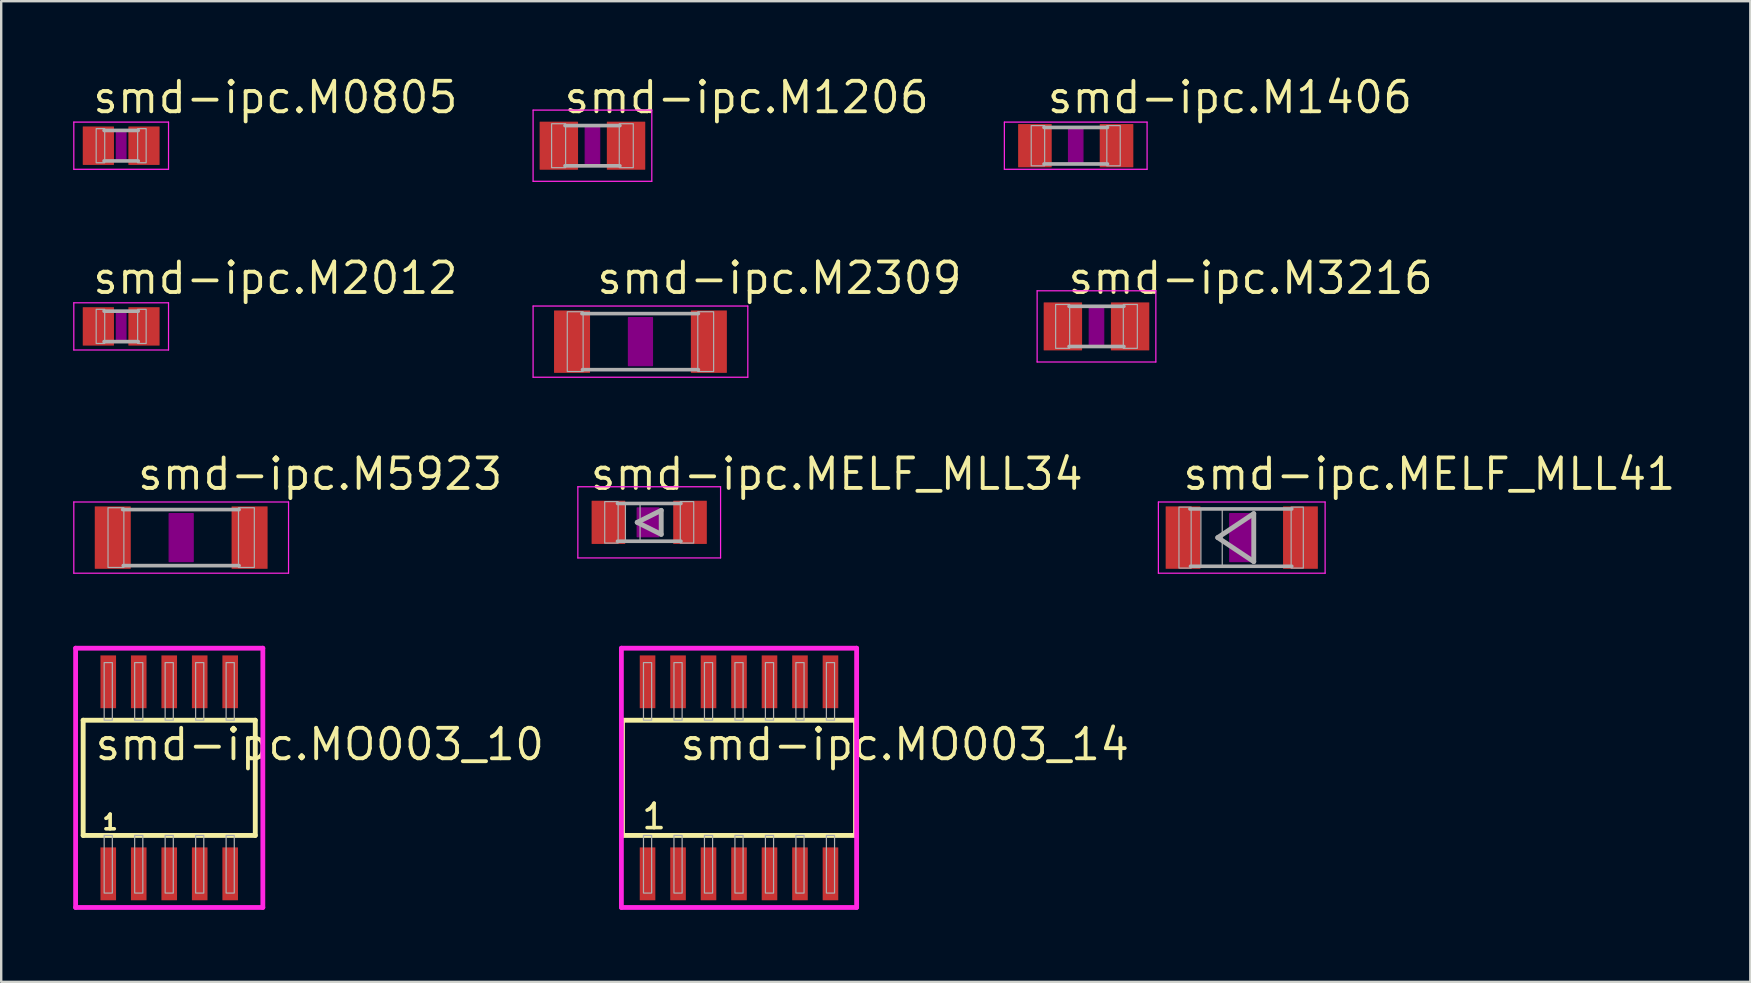
<source format=kicad_pcb>
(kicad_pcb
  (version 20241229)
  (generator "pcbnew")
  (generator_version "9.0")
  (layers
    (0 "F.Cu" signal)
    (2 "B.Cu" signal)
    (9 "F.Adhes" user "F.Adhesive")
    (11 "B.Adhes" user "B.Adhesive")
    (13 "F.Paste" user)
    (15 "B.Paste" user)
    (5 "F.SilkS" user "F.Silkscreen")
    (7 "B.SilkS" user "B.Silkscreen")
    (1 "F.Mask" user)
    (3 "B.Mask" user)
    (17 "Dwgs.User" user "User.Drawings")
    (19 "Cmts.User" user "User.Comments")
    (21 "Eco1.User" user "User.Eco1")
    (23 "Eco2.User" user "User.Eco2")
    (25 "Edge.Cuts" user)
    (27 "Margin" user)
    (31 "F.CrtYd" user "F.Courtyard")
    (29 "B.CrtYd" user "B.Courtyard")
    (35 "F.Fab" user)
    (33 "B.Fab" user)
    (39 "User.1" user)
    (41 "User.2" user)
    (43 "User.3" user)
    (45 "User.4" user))
  (footprint "smd-ipc.M0805"
    (layer "F.Cu")
    (at 1.998 3.02)
    (property "Reference" "smd-ipc.M0805" (at -1.27 -1.27 0) (layer "F.SilkS") (effects (font (size 1.27 1.27) (thickness 0.16)) (justify left bottom)))
    (attr smd)
    (fp_rect (start -0.2 0.6) (end 0.2 -0.6) (stroke (width 0.05) (type default)) (fill yes) (layer "F.Adhes"))
    (fp_line (start -1.973 -0.983) (end 1.973 -0.983) (stroke (width 0.051) (type default)) (layer "F.CrtYd"))
    (fp_line (start -1.973 0.983) (end -1.973 -0.983) (stroke (width 0.051) (type default)) (layer "F.CrtYd"))
    (fp_line (start 1.973 -0.983) (end 1.973 0.983) (stroke (width 0.051) (type default)) (layer "F.CrtYd"))
    (fp_line (start 1.973 0.983) (end -1.973 0.983) (stroke (width 0.051) (type default)) (layer "F.CrtYd"))
    (fp_line (start 0.711 -0.635) (end -0.711 -0.635) (stroke (width 0.152) (type default)) (layer "F.Fab"))
    (fp_line (start 0.711 0.635) (end -0.711 0.635) (stroke (width 0.152) (type default)) (layer "F.Fab"))
    (fp_rect (start -1.041 0.711) (end -0.686 -0.711) (stroke (width 0.05) (type default)) (fill no) (layer "F.Fab"))
    (fp_rect (start 0.686 0.711) (end 1.041 -0.711) (stroke (width 0.05) (type default)) (fill no) (layer "F.Fab"))
    (pad "1" smd roundrect (at -0.95 0) (size 1.3 1.6) (layers "F.Cu" "F.Mask" "F.Paste") (roundrect_rratio 0.01))
    (pad "2" smd roundrect (at 0.95 0) (size 1.3 1.6) (layers "F.Cu" "F.Mask" "F.Paste") (roundrect_rratio 0.01)))
  (footprint "smd-ipc.MELF_MLL34"
    (layer "F.Cu")
    (at 23.997 18.712)
    (property "Reference" "smd-ipc.MELF_MLL34" (at -2.54 -1.27 0) (layer "F.SilkS") (effects (font (size 1.27 1.27) (thickness 0.16)) (justify left bottom)))
    (attr smd)
    (fp_rect (start -0.5 0.6) (end 0.4 -0.6) (stroke (width 0.05) (type default)) (fill yes) (layer "F.Adhes"))
    (fp_line (start -2.973 -1.483) (end 2.973 -1.483) (stroke (width 0.051) (type default)) (layer "F.CrtYd"))
    (fp_line (start -2.973 1.483) (end -2.973 -1.483) (stroke (width 0.051) (type default)) (layer "F.CrtYd"))
    (fp_line (start 2.973 -1.483) (end 2.973 1.483) (stroke (width 0.051) (type default)) (layer "F.CrtYd"))
    (fp_line (start 2.973 1.483) (end -2.973 1.483) (stroke (width 0.051) (type default)) (layer "F.CrtYd"))
    (fp_line (start -0.5 0) (end 0.5 0.5) (stroke (width 0.203) (type default)) (layer "F.Fab"))
    (fp_line (start 0.5 -0.5) (end -0.5 0) (stroke (width 0.203) (type default)) (layer "F.Fab"))
    (fp_line (start 0.5 0.5) (end 0.5 -0.5) (stroke (width 0.203) (type default)) (layer "F.Fab"))
    (fp_line (start 1.321 -0.787) (end -1.321 -0.787) (stroke (width 0.152) (type default)) (layer "F.Fab"))
    (fp_line (start 1.321 0.787) (end -1.321 0.787) (stroke (width 0.152) (type default)) (layer "F.Fab"))
    (fp_rect (start -1.854 0.864) (end -1.295 -0.864) (stroke (width 0.05) (type default)) (fill no) (layer "F.Fab"))
    (fp_rect (start -0.991 0.787) (end -0.381 -0.787) (stroke (width 0.05) (type default)) (fill no) (layer "F.Fab"))
    (fp_rect (start 1.295 0.864) (end 1.854 -0.864) (stroke (width 0.05) (type default)) (fill no) (layer "F.Fab"))
    (pad "1" smd roundrect (at -1.7 0) (size 1.4 1.8) (layers "F.Cu" "F.Mask" "F.Paste") (roundrect_rratio 0.01))
    (pad "2" smd roundrect (at 1.7 0) (size 1.4 1.8) (layers "F.Cu" "F.Mask" "F.Paste") (roundrect_rratio 0.01)))
  (footprint "smd-ipc.M5923"
    (layer "F.Cu")
    (at 4.498 19.347)
    (property "Reference" "smd-ipc.M5923" (at -1.905 -1.905 0) (layer "F.SilkS") (effects (font (size 1.27 1.27) (thickness 0.16)) (justify left bottom)))
    (attr smd)
    (fp_rect (start -0.5 1) (end 0.5 -1) (stroke (width 0.05) (type default)) (fill yes) (layer "F.Adhes"))
    (fp_line (start -4.473 -1.483) (end 4.473 -1.483) (stroke (width 0.051) (type default)) (layer "F.CrtYd"))
    (fp_line (start -4.473 1.483) (end -4.473 -1.483) (stroke (width 0.051) (type default)) (layer "F.CrtYd"))
    (fp_line (start 4.473 -1.483) (end 4.473 1.483) (stroke (width 0.051) (type default)) (layer "F.CrtYd"))
    (fp_line (start 4.473 1.483) (end -4.473 1.483) (stroke (width 0.051) (type default)) (layer "F.CrtYd"))
    (fp_line (start 2.413 -1.168) (end -2.438 -1.168) (stroke (width 0.152) (type default)) (layer "F.Fab"))
    (fp_line (start 2.413 1.168) (end -2.413 1.168) (stroke (width 0.152) (type default)) (layer "F.Fab"))
    (fp_rect (start -3.048 1.245) (end -2.388 -1.245) (stroke (width 0.05) (type default)) (fill no) (layer "F.Fab"))
    (fp_rect (start 2.388 1.245) (end 3.048 -1.245) (stroke (width 0.05) (type default)) (fill no) (layer "F.Fab"))
    (pad "1" smd roundrect (at -2.85 0) (size 1.5 2.6) (layers "F.Cu" "F.Mask" "F.Paste") (roundrect_rratio 0.01))
    (pad "2" smd roundrect (at 2.85 0) (size 1.5 2.6) (layers "F.Cu" "F.Mask" "F.Paste") (roundrect_rratio 0.01)))
  (footprint "smd-ipc.MO003_10"
    (layer "F.Cu")
    (at 4 29.355)
    (property "Reference" "smd-ipc.MO003_10" (at -3.175 -0.65 0) (layer "F.SilkS") (effects (font (size 1.27 1.27) (thickness 0.16)) (justify left bottom)))
    (attr smd)
    (fp_line (start -3.585 -2.4) (end 3.585 -2.4) (stroke (width 0.203) (type default)) (layer "F.SilkS"))
    (fp_line (start -3.585 2.4) (end -3.585 -2.4) (stroke (width 0.203) (type default)) (layer "F.SilkS"))
    (fp_line (start 3.585 -2.4) (end 3.585 2.4) (stroke (width 0.203) (type default)) (layer "F.SilkS"))
    (fp_line (start 3.585 2.4) (end -3.585 2.4) (stroke (width 0.203) (type default)) (layer "F.SilkS"))
    (fp_line (start -3.9 -5.4) (end 3.9 -5.4) (stroke (width 0.2) (type default)) (layer "F.CrtYd"))
    (fp_line (start -3.9 5.4) (end -3.9 -5.4) (stroke (width 0.2) (type default)) (layer "F.CrtYd"))
    (fp_line (start 3.9 -5.4) (end 3.9 5.4) (stroke (width 0.2) (type default)) (layer "F.CrtYd"))
    (fp_line (start 3.9 5.4) (end -3.9 5.4) (stroke (width 0.2) (type default)) (layer "F.CrtYd"))
    (fp_rect (start -2.71 -2.4) (end -2.37 -4.8) (stroke (width 0.05) (type default)) (fill no) (layer "F.Fab"))
    (fp_rect (start -2.71 4.8) (end -2.37 2.4) (stroke (width 0.05) (type default)) (fill no) (layer "F.Fab"))
    (fp_rect (start -1.44 -2.4) (end -1.1 -4.8) (stroke (width 0.05) (type default)) (fill no) (layer "F.Fab"))
    (fp_rect (start -1.44 4.8) (end -1.1 2.4) (stroke (width 0.05) (type default)) (fill no) (layer "F.Fab"))
    (fp_rect (start -0.17 -2.4) (end 0.17 -4.8) (stroke (width 0.05) (type default)) (fill no) (layer "F.Fab"))
    (fp_rect (start -0.17 4.8) (end 0.17 2.4) (stroke (width 0.05) (type default)) (fill no) (layer "F.Fab"))
    (fp_rect (start 1.1 -2.4) (end 1.44 -4.8) (stroke (width 0.05) (type default)) (fill no) (layer "F.Fab"))
    (fp_rect (start 1.1 4.8) (end 1.44 2.4) (stroke (width 0.05) (type default)) (fill no) (layer "F.Fab"))
    (fp_rect (start 2.37 -2.4) (end 2.71 -4.8) (stroke (width 0.05) (type default)) (fill no) (layer "F.Fab"))
    (fp_rect (start 2.37 4.8) (end 2.71 2.4) (stroke (width 0.05) (type default)) (fill no) (layer "F.Fab"))
    (fp_text user "1" (at -2.851 2.205 0) (layer "F.SilkS") (effects (font (size 0.61 0.61) (thickness 0.15)) (justify left bottom)))
    (pad "1" smd roundrect (at -2.54 4) (size 0.65 2.2) (layers "F.Cu" "F.Mask" "F.Paste") (roundrect_rratio 0.01))
    (pad "2" smd roundrect (at -1.27 4) (size 0.65 2.2) (layers "F.Cu" "F.Mask" "F.Paste") (roundrect_rratio 0.01))
    (pad "3" smd roundrect (at 0 4) (size 0.65 2.2) (layers "F.Cu" "F.Mask" "F.Paste") (roundrect_rratio 0.01))
    (pad "4" smd roundrect (at 1.27 4) (size 0.65 2.2) (layers "F.Cu" "F.Mask" "F.Paste") (roundrect_rratio 0.01))
    (pad "5" smd roundrect (at 2.54 4) (size 0.65 2.2) (layers "F.Cu" "F.Mask" "F.Paste") (roundrect_rratio 0.01))
    (pad "6" smd roundrect (at 2.54 -4) (size 0.65 2.2) (layers "F.Cu" "F.Mask" "F.Paste") (roundrect_rratio 0.01))
    (pad "7" smd roundrect (at 1.27 -4) (size 0.65 2.2) (layers "F.Cu" "F.Mask" "F.Paste") (roundrect_rratio 0.01))
    (pad "8" smd roundrect (at 0 -4) (size 0.65 2.2) (layers "F.Cu" "F.Mask" "F.Paste") (roundrect_rratio 0.01))
    (pad "9" smd roundrect (at -1.27 -4) (size 0.65 2.2) (layers "F.Cu" "F.Mask" "F.Paste") (roundrect_rratio 0.01))
    (pad "10" smd roundrect (at -2.54 -4) (size 0.65 2.2) (layers "F.Cu" "F.Mask" "F.Paste") (roundrect_rratio 0.01)))
  (footprint "smd-ipc.M2012"
    (layer "F.Cu")
    (at 1.998 10.548)
    (property "Reference" "smd-ipc.M2012" (at -1.27 -1.27 0) (layer "F.SilkS") (effects (font (size 1.27 1.27) (thickness 0.16)) (justify left bottom)))
    (attr smd)
    (fp_rect (start -0.2 0.6) (end 0.2 -0.6) (stroke (width 0.05) (type default)) (fill yes) (layer "F.Adhes"))
    (fp_line (start -1.973 -0.983) (end 1.973 -0.983) (stroke (width 0.051) (type default)) (layer "F.CrtYd"))
    (fp_line (start -1.973 0.983) (end -1.973 -0.983) (stroke (width 0.051) (type default)) (layer "F.CrtYd"))
    (fp_line (start 1.973 -0.983) (end 1.973 0.983) (stroke (width 0.051) (type default)) (layer "F.CrtYd"))
    (fp_line (start 1.973 0.983) (end -1.973 0.983) (stroke (width 0.051) (type default)) (layer "F.CrtYd"))
    (fp_line (start 0.711 -0.635) (end -0.711 -0.635) (stroke (width 0.152) (type default)) (layer "F.Fab"))
    (fp_line (start 0.711 0.635) (end -0.711 0.635) (stroke (width 0.152) (type default)) (layer "F.Fab"))
    (fp_rect (start -1.041 0.711) (end -0.686 -0.711) (stroke (width 0.05) (type default)) (fill no) (layer "F.Fab"))
    (fp_rect (start 0.686 0.711) (end 1.041 -0.711) (stroke (width 0.05) (type default)) (fill no) (layer "F.Fab"))
    (pad "1" smd roundrect (at -0.95 0) (size 1.3 1.6) (layers "F.Cu" "F.Mask" "F.Paste") (roundrect_rratio 0.01))
    (pad "2" smd roundrect (at 0.95 0) (size 1.3 1.6) (layers "F.Cu" "F.Mask" "F.Paste") (roundrect_rratio 0.01)))
  (footprint "smd-ipc.MELF_MLL41"
    (layer "F.Cu")
    (at 48.683 19.347)
    (property "Reference" "smd-ipc.MELF_MLL41" (at -2.54 -1.905 0) (layer "F.SilkS") (effects (font (size 1.27 1.27) (thickness 0.16)) (justify left bottom)))
    (attr smd)
    (fp_rect (start -0.5 1) (end 0.5 -1) (stroke (width 0.05) (type default)) (fill yes) (layer "F.Adhes"))
    (fp_line (start -3.473 -1.483) (end 3.473 -1.483) (stroke (width 0.051) (type default)) (layer "F.CrtYd"))
    (fp_line (start -3.473 1.483) (end -3.473 -1.483) (stroke (width 0.051) (type default)) (layer "F.CrtYd"))
    (fp_line (start 3.473 -1.483) (end 3.473 1.483) (stroke (width 0.051) (type default)) (layer "F.CrtYd"))
    (fp_line (start 3.473 1.483) (end -3.473 1.483) (stroke (width 0.051) (type default)) (layer "F.CrtYd"))
    (fp_line (start -1 0) (end 0.5 1) (stroke (width 0.203) (type default)) (layer "F.Fab"))
    (fp_line (start 0.5 -1) (end -1 0) (stroke (width 0.203) (type default)) (layer "F.Fab"))
    (fp_line (start 0.5 1) (end 0.5 -1) (stroke (width 0.203) (type default)) (layer "F.Fab"))
    (fp_line (start 2.083 -1.194) (end -2.159 -1.194) (stroke (width 0.152) (type default)) (layer "F.Fab"))
    (fp_line (start 2.083 1.194) (end -2.134 1.194) (stroke (width 0.152) (type default)) (layer "F.Fab"))
    (fp_rect (start -2.616 1.27) (end -2.108 -1.27) (stroke (width 0.05) (type default)) (fill no) (layer "F.Fab"))
    (fp_rect (start -1.702 1.194) (end -0.813 -1.194) (stroke (width 0.05) (type default)) (fill no) (layer "F.Fab"))
    (fp_rect (start 2.057 1.27) (end 2.565 -1.27) (stroke (width 0.05) (type default)) (fill no) (layer "F.Fab"))
    (pad "1" smd roundrect (at -2.445 0) (size 1.45 2.6) (layers "F.Cu" "F.Mask" "F.Paste") (roundrect_rratio 0.01))
    (pad "2" smd roundrect (at 2.445 0) (size 1.45 2.6) (layers "F.Cu" "F.Mask" "F.Paste") (roundrect_rratio 0.01)))
  (footprint "smd-ipc.M1206"
    (layer "F.Cu")
    (at 21.632 3.02)
    (property "Reference" "smd-ipc.M1206" (at -1.27 -1.27 0) (layer "F.SilkS") (effects (font (size 1.27 1.27) (thickness 0.16)) (justify left bottom)))
    (attr smd)
    (fp_rect (start -0.3 0.8) (end 0.3 -0.8) (stroke (width 0.05) (type default)) (fill yes) (layer "F.Adhes"))
    (fp_line (start -2.473 -1.483) (end 2.473 -1.483) (stroke (width 0.051) (type default)) (layer "F.CrtYd"))
    (fp_line (start -2.473 1.483) (end -2.473 -1.483) (stroke (width 0.051) (type default)) (layer "F.CrtYd"))
    (fp_line (start 2.473 -1.483) (end 2.473 1.483) (stroke (width 0.051) (type default)) (layer "F.CrtYd"))
    (fp_line (start 2.473 1.483) (end -2.473 1.483) (stroke (width 0.051) (type default)) (layer "F.CrtYd"))
    (fp_line (start 1.143 -0.838) (end -1.143 -0.838) (stroke (width 0.152) (type default)) (layer "F.Fab"))
    (fp_line (start 1.143 0.838) (end -1.143 0.838) (stroke (width 0.152) (type default)) (layer "F.Fab"))
    (fp_rect (start -1.702 0.914) (end -1.118 -0.914) (stroke (width 0.05) (type default)) (fill no) (layer "F.Fab"))
    (fp_rect (start 1.118 0.914) (end 1.702 -0.914) (stroke (width 0.05) (type default)) (fill no) (layer "F.Fab"))
    (pad "1" smd roundrect (at -1.4 0) (size 1.6 2) (layers "F.Cu" "F.Mask" "F.Paste") (roundrect_rratio 0.01))
    (pad "2" smd roundrect (at 1.4 0) (size 1.6 2) (layers "F.Cu" "F.Mask" "F.Paste") (roundrect_rratio 0.01)))
  (footprint "smd-ipc.M3216"
    (layer "F.Cu")
    (at 42.631 10.548)
    (property "Reference" "smd-ipc.M3216" (at -1.27 -1.27 0) (layer "F.SilkS") (effects (font (size 1.27 1.27) (thickness 0.16)) (justify left bottom)))
    (attr smd)
    (fp_rect (start -0.3 0.8) (end 0.3 -0.8) (stroke (width 0.05) (type default)) (fill yes) (layer "F.Adhes"))
    (fp_line (start -2.473 -1.483) (end 2.473 -1.483) (stroke (width 0.051) (type default)) (layer "F.CrtYd"))
    (fp_line (start -2.473 1.483) (end -2.473 -1.483) (stroke (width 0.051) (type default)) (layer "F.CrtYd"))
    (fp_line (start 2.473 -1.483) (end 2.473 1.483) (stroke (width 0.051) (type default)) (layer "F.CrtYd"))
    (fp_line (start 2.473 1.483) (end -2.473 1.483) (stroke (width 0.051) (type default)) (layer "F.CrtYd"))
    (fp_line (start 1.143 -0.838) (end -1.143 -0.838) (stroke (width 0.152) (type default)) (layer "F.Fab"))
    (fp_line (start 1.143 0.838) (end -1.143 0.838) (stroke (width 0.152) (type default)) (layer "F.Fab"))
    (fp_rect (start -1.702 0.914) (end -1.118 -0.914) (stroke (width 0.05) (type default)) (fill no) (layer "F.Fab"))
    (fp_rect (start 1.118 0.914) (end 1.702 -0.914) (stroke (width 0.05) (type default)) (fill no) (layer "F.Fab"))
    (pad "1" smd roundrect (at -1.4 0) (size 1.6 2) (layers "F.Cu" "F.Mask" "F.Paste") (roundrect_rratio 0.01))
    (pad "2" smd roundrect (at 1.4 0) (size 1.6 2) (layers "F.Cu" "F.Mask" "F.Paste") (roundrect_rratio 0.01)))
  (footprint "smd-ipc.MO003_14"
    (layer "F.Cu")
    (at 27.738 29.355)
    (property "Reference" "smd-ipc.MO003_14" (at -2.54 -0.65 0) (layer "F.SilkS") (effects (font (size 1.27 1.27) (thickness 0.16)) (justify left bottom)))
    (attr smd)
    (fp_line (start -4.855 -2.4) (end 4.855 -2.4) (stroke (width 0.203) (type default)) (layer "F.SilkS"))
    (fp_line (start -4.855 2.4) (end -4.855 -2.4) (stroke (width 0.203) (type default)) (layer "F.SilkS"))
    (fp_line (start 4.855 -2.4) (end 4.855 2.4) (stroke (width 0.203) (type default)) (layer "F.SilkS"))
    (fp_line (start 4.855 2.4) (end -4.855 2.4) (stroke (width 0.203) (type default)) (layer "F.SilkS"))
    (fp_line (start -4.9 -5.4) (end 4.9 -5.4) (stroke (width 0.2) (type default)) (layer "F.CrtYd"))
    (fp_line (start -4.9 5.4) (end -4.9 -5.4) (stroke (width 0.2) (type default)) (layer "F.CrtYd"))
    (fp_line (start 4.9 -5.4) (end 4.9 5.4) (stroke (width 0.2) (type default)) (layer "F.CrtYd"))
    (fp_line (start 4.9 5.4) (end -4.9 5.4) (stroke (width 0.2) (type default)) (layer "F.CrtYd"))
    (fp_rect (start -3.98 -2.4) (end -3.64 -4.8) (stroke (width 0.05) (type default)) (fill no) (layer "F.Fab"))
    (fp_rect (start -3.98 4.8) (end -3.64 2.4) (stroke (width 0.05) (type default)) (fill no) (layer "F.Fab"))
    (fp_rect (start -2.71 -2.4) (end -2.37 -4.8) (stroke (width 0.05) (type default)) (fill no) (layer "F.Fab"))
    (fp_rect (start -2.71 4.8) (end -2.37 2.4) (stroke (width 0.05) (type default)) (fill no) (layer "F.Fab"))
    (fp_rect (start -1.44 -2.4) (end -1.1 -4.8) (stroke (width 0.05) (type default)) (fill no) (layer "F.Fab"))
    (fp_rect (start -1.44 4.8) (end -1.1 2.4) (stroke (width 0.05) (type default)) (fill no) (layer "F.Fab"))
    (fp_rect (start -0.17 -2.4) (end 0.17 -4.8) (stroke (width 0.05) (type default)) (fill no) (layer "F.Fab"))
    (fp_rect (start -0.17 4.8) (end 0.17 2.4) (stroke (width 0.05) (type default)) (fill no) (layer "F.Fab"))
    (fp_rect (start 1.1 -2.4) (end 1.44 -4.8) (stroke (width 0.05) (type default)) (fill no) (layer "F.Fab"))
    (fp_rect (start 1.1 4.8) (end 1.44 2.4) (stroke (width 0.05) (type default)) (fill no) (layer "F.Fab"))
    (fp_rect (start 2.37 -2.4) (end 2.71 -4.8) (stroke (width 0.05) (type default)) (fill no) (layer "F.Fab"))
    (fp_rect (start 2.37 4.8) (end 2.71 2.4) (stroke (width 0.05) (type default)) (fill no) (layer "F.Fab"))
    (fp_rect (start 3.64 -2.4) (end 3.98 -4.8) (stroke (width 0.05) (type default)) (fill no) (layer "F.Fab"))
    (fp_rect (start 3.64 4.8) (end 3.98 2.4) (stroke (width 0.05) (type default)) (fill no) (layer "F.Fab"))
    (fp_text user "1" (at -4.121 2.205 0) (layer "F.SilkS") (effects (font (size 1.016 1.016) (thickness 0.15)) (justify left bottom)))
    (pad "1" smd roundrect (at -3.81 4) (size 0.65 2.2) (layers "F.Cu" "F.Mask" "F.Paste") (roundrect_rratio 0.01))
    (pad "2" smd roundrect (at -2.54 4) (size 0.65 2.2) (layers "F.Cu" "F.Mask" "F.Paste") (roundrect_rratio 0.01))
    (pad "3" smd roundrect (at -1.27 4) (size 0.65 2.2) (layers "F.Cu" "F.Mask" "F.Paste") (roundrect_rratio 0.01))
    (pad "4" smd roundrect (at 0 4) (size 0.65 2.2) (layers "F.Cu" "F.Mask" "F.Paste") (roundrect_rratio 0.01))
    (pad "5" smd roundrect (at 1.27 4) (size 0.65 2.2) (layers "F.Cu" "F.Mask" "F.Paste") (roundrect_rratio 0.01))
    (pad "6" smd roundrect (at 2.54 4) (size 0.65 2.2) (layers "F.Cu" "F.Mask" "F.Paste") (roundrect_rratio 0.01))
    (pad "7" smd roundrect (at 3.81 4) (size 0.65 2.2) (layers "F.Cu" "F.Mask" "F.Paste") (roundrect_rratio 0.01))
    (pad "8" smd roundrect (at 3.81 -4) (size 0.65 2.2) (layers "F.Cu" "F.Mask" "F.Paste") (roundrect_rratio 0.01))
    (pad "9" smd roundrect (at 2.54 -4) (size 0.65 2.2) (layers "F.Cu" "F.Mask" "F.Paste") (roundrect_rratio 0.01))
    (pad "10" smd roundrect (at 1.27 -4) (size 0.65 2.2) (layers "F.Cu" "F.Mask" "F.Paste") (roundrect_rratio 0.01))
    (pad "11" smd roundrect (at 0 -4) (size 0.65 2.2) (layers "F.Cu" "F.Mask" "F.Paste") (roundrect_rratio 0.01))
    (pad "12" smd roundrect (at -1.27 -4) (size 0.65 2.2) (layers "F.Cu" "F.Mask" "F.Paste") (roundrect_rratio 0.01))
    (pad "13" smd roundrect (at -2.54 -4) (size 0.65 2.2) (layers "F.Cu" "F.Mask" "F.Paste") (roundrect_rratio 0.01))
    (pad "14" smd roundrect (at -3.81 -4) (size 0.65 2.2) (layers "F.Cu" "F.Mask" "F.Paste") (roundrect_rratio 0.01)))
  (footprint "smd-ipc.M2309"
    (layer "F.Cu")
    (at 23.632 11.183)
    (property "Reference" "smd-ipc.M2309" (at -1.905 -1.905 0) (layer "F.SilkS") (effects (font (size 1.27 1.27) (thickness 0.16)) (justify left bottom)))
    (attr smd)
    (fp_rect (start -0.5 1) (end 0.5 -1) (stroke (width 0.05) (type default)) (fill yes) (layer "F.Adhes"))
    (fp_line (start -4.473 -1.483) (end 4.473 -1.483) (stroke (width 0.051) (type default)) (layer "F.CrtYd"))
    (fp_line (start -4.473 1.483) (end -4.473 -1.483) (stroke (width 0.051) (type default)) (layer "F.CrtYd"))
    (fp_line (start 4.473 -1.483) (end 4.473 1.483) (stroke (width 0.051) (type default)) (layer "F.CrtYd"))
    (fp_line (start 4.473 1.483) (end -4.473 1.483) (stroke (width 0.051) (type default)) (layer "F.CrtYd"))
    (fp_line (start 2.413 -1.168) (end -2.438 -1.168) (stroke (width 0.152) (type default)) (layer "F.Fab"))
    (fp_line (start 2.413 1.168) (end -2.413 1.168) (stroke (width 0.152) (type default)) (layer "F.Fab"))
    (fp_rect (start -3.048 1.245) (end -2.388 -1.245) (stroke (width 0.05) (type default)) (fill no) (layer "F.Fab"))
    (fp_rect (start 2.388 1.245) (end 3.048 -1.245) (stroke (width 0.05) (type default)) (fill no) (layer "F.Fab"))
    (pad "1" smd roundrect (at -2.85 0) (size 1.5 2.6) (layers "F.Cu" "F.Mask" "F.Paste") (roundrect_rratio 0.01))
    (pad "2" smd roundrect (at 2.85 0) (size 1.5 2.6) (layers "F.Cu" "F.Mask" "F.Paste") (roundrect_rratio 0.01)))
  (footprint "smd-ipc.M1406"
    (layer "F.Cu")
    (at 41.766 3.02)
    (property "Reference" "smd-ipc.M1406" (at -1.27 -1.27 0) (layer "F.SilkS") (effects (font (size 1.27 1.27) (thickness 0.16)) (justify left bottom)))
    (attr smd)
    (fp_rect (start -0.3 0.7) (end 0.3 -0.7) (stroke (width 0.05) (type default)) (fill yes) (layer "F.Adhes"))
    (fp_line (start -2.973 -0.983) (end 2.973 -0.983) (stroke (width 0.051) (type default)) (layer "F.CrtYd"))
    (fp_line (start -2.973 0.983) (end -2.973 -0.983) (stroke (width 0.051) (type default)) (layer "F.CrtYd"))
    (fp_line (start 2.973 -0.983) (end 2.973 0.983) (stroke (width 0.051) (type default)) (layer "F.CrtYd"))
    (fp_line (start 2.973 0.983) (end -2.973 0.983) (stroke (width 0.051) (type default)) (layer "F.CrtYd"))
    (fp_line (start 1.321 -0.762) (end -1.321 -0.762) (stroke (width 0.152) (type default)) (layer "F.Fab"))
    (fp_line (start 1.321 0.762) (end -1.321 0.762) (stroke (width 0.152) (type default)) (layer "F.Fab"))
    (fp_rect (start -1.854 0.838) (end -1.295 -0.838) (stroke (width 0.05) (type default)) (fill no) (layer "F.Fab"))
    (fp_rect (start 1.295 0.838) (end 1.854 -0.838) (stroke (width 0.05) (type default)) (fill no) (layer "F.Fab"))
    (pad "1" smd roundrect (at -1.7 0) (size 1.4 1.8) (layers "F.Cu" "F.Mask" "F.Paste") (roundrect_rratio 0.01))
    (pad "2" smd roundrect (at 1.7 0) (size 1.4 1.8) (layers "F.Cu" "F.Mask" "F.Paste") (roundrect_rratio 0.01)))
  (gr_rect
    (start -3 -3)
    (end 69.871 37.855)
    (stroke (width 0.1) (type default))
    (fill no)
    (layer "Edge.Cuts")))
</source>
